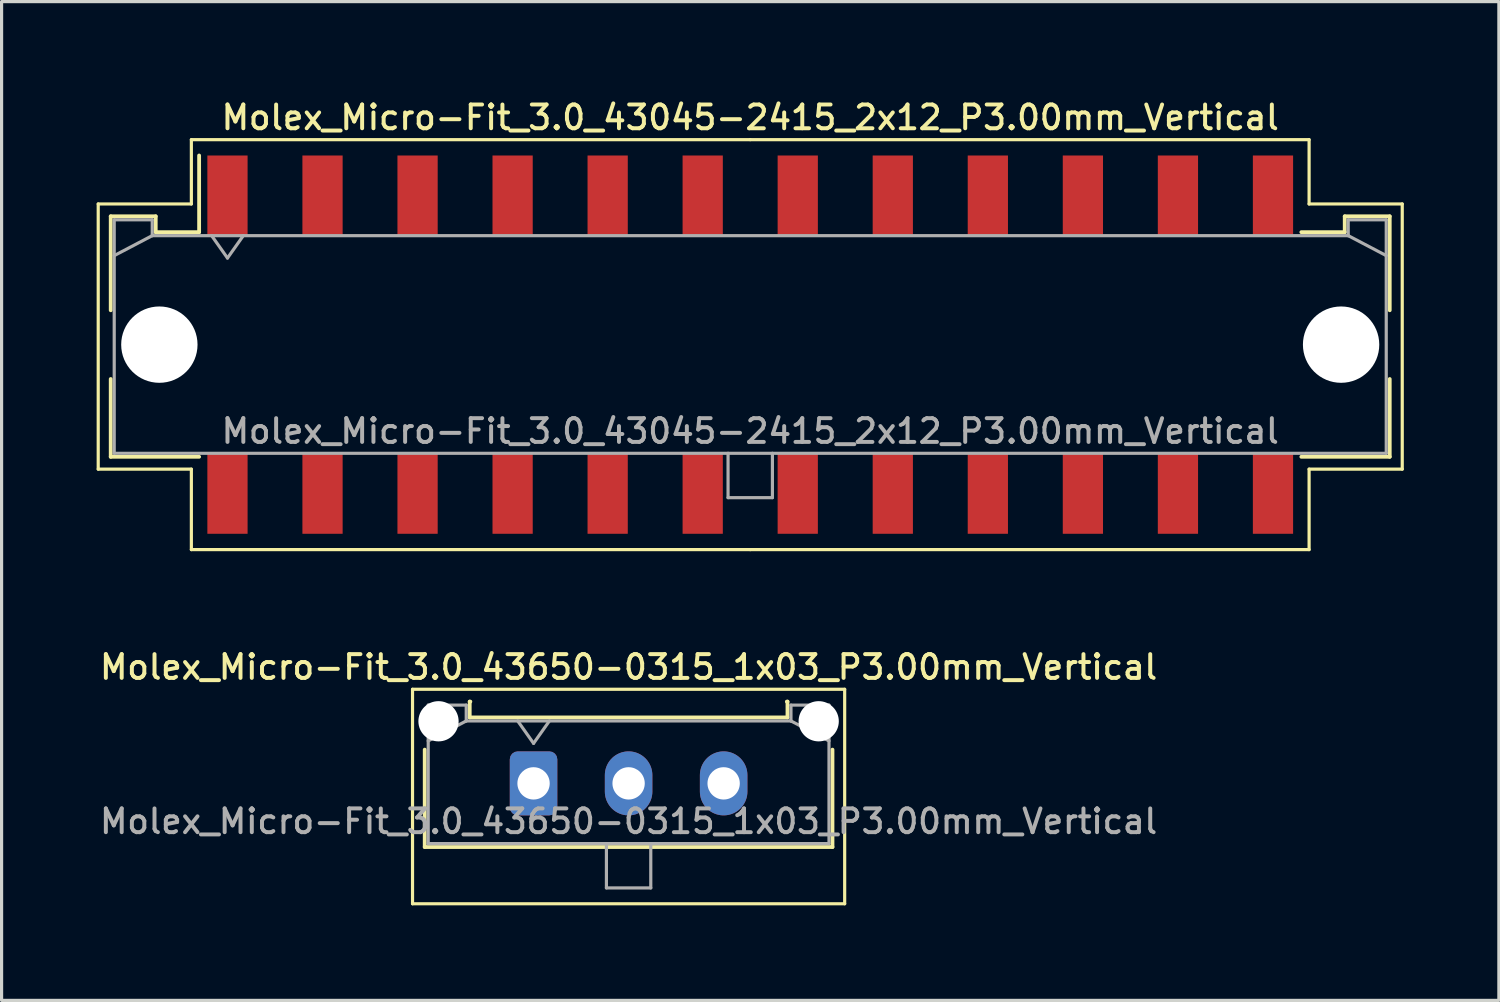
<source format=kicad_pcb>
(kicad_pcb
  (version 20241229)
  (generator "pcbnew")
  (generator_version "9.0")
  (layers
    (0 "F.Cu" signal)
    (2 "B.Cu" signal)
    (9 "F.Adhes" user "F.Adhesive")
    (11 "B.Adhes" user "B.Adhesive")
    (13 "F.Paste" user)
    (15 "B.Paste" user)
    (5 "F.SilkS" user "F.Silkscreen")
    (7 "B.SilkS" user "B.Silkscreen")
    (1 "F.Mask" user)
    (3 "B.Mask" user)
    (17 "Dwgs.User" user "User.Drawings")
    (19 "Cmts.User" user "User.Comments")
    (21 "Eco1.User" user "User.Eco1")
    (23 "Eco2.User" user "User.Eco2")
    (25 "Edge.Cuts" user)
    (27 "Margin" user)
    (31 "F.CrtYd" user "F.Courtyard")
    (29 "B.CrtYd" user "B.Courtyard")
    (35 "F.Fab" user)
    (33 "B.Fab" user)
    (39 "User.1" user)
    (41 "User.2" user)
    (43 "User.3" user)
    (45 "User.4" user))
  (footprint "Molex_Micro-Fit_3.0_43650-0315_1x03_P3.00mm_Vertical"
    (layer "F.Cu")
    (at 13.791 21.676)
    (property "Reference" "Molex_Micro-Fit_3.0_43650-0315_1x03_P3.00mm_Vertical" (at 3 -3.67 0) (layer "F.SilkS") (effects (font (size 0.75 0.75) (thickness 0.125))))
    (attr through_hole)
    (fp_line (start -3.82 -2.97) (end 9.82 -2.97) (stroke (width 0.1) (type solid)) (layer "F.SilkS"))
    (fp_line (start -3.82 3.8) (end -3.82 -2.97) (stroke (width 0.1) (type solid)) (layer "F.SilkS"))
    (fp_line (start -3.435 -1.065) (end -3.435 2.01) (stroke (width 0.12) (type solid)) (layer "F.SilkS"))
    (fp_line (start -3.435 2.01) (end 9.435 2.01) (stroke (width 0.12) (type solid)) (layer "F.SilkS"))
    (fp_line (start -2.015 -2.58) (end -2.015 -2.08) (stroke (width 0.12) (type solid)) (layer "F.SilkS"))
    (fp_line (start -2.015 -2.08) (end 8.015 -2.08) (stroke (width 0.12) (type solid)) (layer "F.SilkS"))
    (fp_line (start -1.995 -2.58) (end -2.015 -2.58) (stroke (width 0.12) (type solid)) (layer "F.SilkS"))
    (fp_line (start 8.015 -2.58) (end 7.995 -2.58) (stroke (width 0.12) (type solid)) (layer "F.SilkS"))
    (fp_line (start 8.015 -2.08) (end 8.015 -2.58) (stroke (width 0.12) (type solid)) (layer "F.SilkS"))
    (fp_line (start 9.435 2.01) (end 9.435 -1.065) (stroke (width 0.12) (type solid)) (layer "F.SilkS"))
    (fp_line (start 9.82 -2.97) (end 9.82 3.8) (stroke (width 0.1) (type solid)) (layer "F.SilkS"))
    (fp_line (start 9.82 3.8) (end -3.82 3.8) (stroke (width 0.1) (type solid)) (layer "F.SilkS"))
    (fp_line (start -3.325 -2.47) (end -3.325 1.9) (stroke (width 0.1) (type solid)) (layer "F.Fab"))
    (fp_line (start -3.325 -1.34) (end -2.125 -1.97) (stroke (width 0.1) (type solid)) (layer "F.Fab"))
    (fp_line (start -3.325 1.9) (end 9.325 1.9) (stroke (width 0.1) (type solid)) (layer "F.Fab"))
    (fp_line (start -2.125 -2.47) (end -3.325 -2.47) (stroke (width 0.1) (type solid)) (layer "F.Fab"))
    (fp_line (start -2.125 -1.97) (end -2.125 -2.47) (stroke (width 0.1) (type solid)) (layer "F.Fab"))
    (fp_line (start -0.5 -1.97) (end 0 -1.263) (stroke (width 0.1) (type solid)) (layer "F.Fab"))
    (fp_line (start 0 -1.263) (end 0.5 -1.97) (stroke (width 0.1) (type solid)) (layer "F.Fab"))
    (fp_line (start 2.3 1.9) (end 2.3 3.3) (stroke (width 0.1) (type solid)) (layer "F.Fab"))
    (fp_line (start 2.3 3.3) (end 3.7 3.3) (stroke (width 0.1) (type solid)) (layer "F.Fab"))
    (fp_line (start 3.7 3.3) (end 3.7 1.9) (stroke (width 0.1) (type solid)) (layer "F.Fab"))
    (fp_line (start 8.125 -2.47) (end 8.125 -1.97) (stroke (width 0.1) (type solid)) (layer "F.Fab"))
    (fp_line (start 8.125 -1.97) (end -2.125 -1.97) (stroke (width 0.1) (type solid)) (layer "F.Fab"))
    (fp_line (start 9.325 -2.47) (end 8.125 -2.47) (stroke (width 0.1) (type solid)) (layer "F.Fab"))
    (fp_line (start 9.325 -1.34) (end 8.125 -1.97) (stroke (width 0.1) (type solid)) (layer "F.Fab"))
    (fp_line (start 9.325 1.9) (end 9.325 -2.47) (stroke (width 0.1) (type solid)) (layer "F.Fab"))
    (fp_text user "${REFERENCE}" (at 3 1.2 0) (layer "F.Fab") (effects (font (size 0.75 0.75) (thickness 0.125))))
    (pad "" np_thru_hole circle (at -3 -1.96) (size 1.27 1.27) (drill 1.27) (layers "*.Cu" "*.Mask"))
    (pad "" np_thru_hole circle (at 9 -1.96) (size 1.27 1.27) (drill 1.27) (layers "*.Cu" "*.Mask"))
    (pad "1" thru_hole roundrect (at 0 0) (size 1.5 2.02) (drill 1.02) (layers "*.Cu" "*.Mask") (roundrect_rratio 0.167))
    (pad "2" thru_hole oval (at 3 0) (size 1.5 2.02) (drill 1.02) (layers "*.Cu" "*.Mask"))
    (pad "3" thru_hole oval (at 6 0) (size 1.5 2.02) (drill 1.02) (layers "*.Cu" "*.Mask")))
  (footprint "Molex_Micro-Fit_3.0_43045-2415_2x12_P3.00mm_Vertical"
    (layer "F.Cu")
    (at 20.63 7.828)
    (property "Reference" "Molex_Micro-Fit_3.0_43045-2415_2x12_P3.00mm_Vertical" (at 0 -7.17 0) (layer "F.SilkS") (effects (font (size 0.75 0.75) (thickness 0.125))))
    (attr smd)
    (fp_line (start -20.58 -4.44) (end -20.58 3.93) (stroke (width 0.1) (type solid)) (layer "F.SilkS"))
    (fp_line (start -20.58 3.93) (end -17.64 3.93) (stroke (width 0.1) (type solid)) (layer "F.SilkS"))
    (fp_line (start -20.185 -4.05) (end -18.765 -4.05) (stroke (width 0.12) (type solid)) (layer "F.SilkS"))
    (fp_line (start -20.185 -1.085) (end -20.185 -4.05) (stroke (width 0.12) (type solid)) (layer "F.SilkS"))
    (fp_line (start -20.185 1.085) (end -20.185 3.54) (stroke (width 0.12) (type solid)) (layer "F.SilkS"))
    (fp_line (start -20.185 3.54) (end -17.395 3.54) (stroke (width 0.12) (type solid)) (layer "F.SilkS"))
    (fp_line (start -18.765 -4.05) (end -18.765 -3.55) (stroke (width 0.12) (type solid)) (layer "F.SilkS"))
    (fp_line (start -18.765 -3.55) (end -17.395 -3.55) (stroke (width 0.12) (type solid)) (layer "F.SilkS"))
    (fp_line (start -17.64 -6.47) (end -17.64 -4.44) (stroke (width 0.1) (type solid)) (layer "F.SilkS"))
    (fp_line (start -17.64 -4.44) (end -20.58 -4.44) (stroke (width 0.1) (type solid)) (layer "F.SilkS"))
    (fp_line (start -17.64 3.93) (end -17.64 6.47) (stroke (width 0.1) (type solid)) (layer "F.SilkS"))
    (fp_line (start -17.64 6.47) (end 0 6.47) (stroke (width 0.1) (type solid)) (layer "F.SilkS"))
    (fp_line (start -17.395 -3.55) (end -17.395 -5.97) (stroke (width 0.12) (type solid)) (layer "F.SilkS"))
    (fp_line (start 0 -6.47) (end -17.64 -6.47) (stroke (width 0.1) (type solid)) (layer "F.SilkS"))
    (fp_line (start 0 -6.47) (end 17.64 -6.47) (stroke (width 0.1) (type solid)) (layer "F.SilkS"))
    (fp_line (start 17.64 -6.47) (end 17.64 -4.44) (stroke (width 0.1) (type solid)) (layer "F.SilkS"))
    (fp_line (start 17.64 -4.44) (end 20.58 -4.44) (stroke (width 0.1) (type solid)) (layer "F.SilkS"))
    (fp_line (start 17.64 3.93) (end 17.64 6.47) (stroke (width 0.1) (type solid)) (layer "F.SilkS"))
    (fp_line (start 17.64 6.47) (end 0 6.47) (stroke (width 0.1) (type solid)) (layer "F.SilkS"))
    (fp_line (start 18.765 -4.05) (end 18.765 -3.55) (stroke (width 0.12) (type solid)) (layer "F.SilkS"))
    (fp_line (start 18.765 -3.55) (end 17.395 -3.55) (stroke (width 0.12) (type solid)) (layer "F.SilkS"))
    (fp_line (start 20.185 -4.05) (end 18.765 -4.05) (stroke (width 0.12) (type solid)) (layer "F.SilkS"))
    (fp_line (start 20.185 -1.085) (end 20.185 -4.05) (stroke (width 0.12) (type solid)) (layer "F.SilkS"))
    (fp_line (start 20.185 1.085) (end 20.185 3.54) (stroke (width 0.12) (type solid)) (layer "F.SilkS"))
    (fp_line (start 20.185 3.54) (end 17.395 3.54) (stroke (width 0.12) (type solid)) (layer "F.SilkS"))
    (fp_line (start 20.58 -4.44) (end 20.58 3.93) (stroke (width 0.1) (type solid)) (layer "F.SilkS"))
    (fp_line (start 20.58 3.93) (end 17.64 3.93) (stroke (width 0.1) (type solid)) (layer "F.SilkS"))
    (fp_line (start -20.075 -3.94) (end -20.075 3.43) (stroke (width 0.1) (type solid)) (layer "F.Fab"))
    (fp_line (start -20.075 -2.81) (end -18.875 -3.44) (stroke (width 0.1) (type solid)) (layer "F.Fab"))
    (fp_line (start -20.075 3.43) (end 20.075 3.43) (stroke (width 0.1) (type solid)) (layer "F.Fab"))
    (fp_line (start -18.875 -3.94) (end -20.075 -3.94) (stroke (width 0.1) (type solid)) (layer "F.Fab"))
    (fp_line (start -18.875 -3.44) (end -18.875 -3.94) (stroke (width 0.1) (type solid)) (layer "F.Fab"))
    (fp_line (start -17 -3.44) (end -16.5 -2.733) (stroke (width 0.1) (type solid)) (layer "F.Fab"))
    (fp_line (start -16.5 -2.733) (end -16 -3.44) (stroke (width 0.1) (type solid)) (layer "F.Fab"))
    (fp_line (start -0.7 3.43) (end -0.7 4.83) (stroke (width 0.1) (type solid)) (layer "F.Fab"))
    (fp_line (start -0.7 4.83) (end 0.7 4.83) (stroke (width 0.1) (type solid)) (layer "F.Fab"))
    (fp_line (start 0.7 4.83) (end 0.7 3.43) (stroke (width 0.1) (type solid)) (layer "F.Fab"))
    (fp_line (start 18.875 -3.94) (end 18.875 -3.44) (stroke (width 0.1) (type solid)) (layer "F.Fab"))
    (fp_line (start 18.875 -3.44) (end -18.875 -3.44) (stroke (width 0.1) (type solid)) (layer "F.Fab"))
    (fp_line (start 20.075 -3.94) (end 18.875 -3.94) (stroke (width 0.1) (type solid)) (layer "F.Fab"))
    (fp_line (start 20.075 -2.81) (end 18.875 -3.44) (stroke (width 0.1) (type solid)) (layer "F.Fab"))
    (fp_line (start 20.075 3.43) (end 20.075 -3.94) (stroke (width 0.1) (type solid)) (layer "F.Fab"))
    (fp_text user "${REFERENCE}" (at 0 2.73 0) (layer "F.Fab") (effects (font (size 0.75 0.75) (thickness 0.125))))
    (pad "" np_thru_hole circle (at -18.65 0) (size 2.41 2.41) (drill 2.41) (layers "*.Cu" "*.Mask"))
    (pad "" np_thru_hole circle (at 18.65 0) (size 2.41 2.41) (drill 2.41) (layers "*.Cu" "*.Mask"))
    (pad "1" smd rect (at -16.5 -4.7) (size 1.27 2.54) (layers "F.Cu" "F.Mask" "F.Paste"))
    (pad "2" smd rect (at -13.5 -4.7) (size 1.27 2.54) (layers "F.Cu" "F.Mask" "F.Paste"))
    (pad "3" smd rect (at -10.5 -4.7) (size 1.27 2.54) (layers "F.Cu" "F.Mask" "F.Paste"))
    (pad "4" smd rect (at -7.5 -4.7) (size 1.27 2.54) (layers "F.Cu" "F.Mask" "F.Paste"))
    (pad "5" smd rect (at -4.5 -4.7) (size 1.27 2.54) (layers "F.Cu" "F.Mask" "F.Paste"))
    (pad "6" smd rect (at -1.5 -4.7) (size 1.27 2.54) (layers "F.Cu" "F.Mask" "F.Paste"))
    (pad "7" smd rect (at 1.5 -4.7) (size 1.27 2.54) (layers "F.Cu" "F.Mask" "F.Paste"))
    (pad "8" smd rect (at 4.5 -4.7) (size 1.27 2.54) (layers "F.Cu" "F.Mask" "F.Paste"))
    (pad "9" smd rect (at 7.5 -4.7) (size 1.27 2.54) (layers "F.Cu" "F.Mask" "F.Paste"))
    (pad "10" smd rect (at 10.5 -4.7) (size 1.27 2.54) (layers "F.Cu" "F.Mask" "F.Paste"))
    (pad "11" smd rect (at 13.5 -4.7) (size 1.27 2.54) (layers "F.Cu" "F.Mask" "F.Paste"))
    (pad "12" smd rect (at 16.5 -4.7) (size 1.27 2.54) (layers "F.Cu" "F.Mask" "F.Paste"))
    (pad "13" smd rect (at -16.5 4.7) (size 1.27 2.54) (layers "F.Cu" "F.Mask" "F.Paste"))
    (pad "14" smd rect (at -13.5 4.7) (size 1.27 2.54) (layers "F.Cu" "F.Mask" "F.Paste"))
    (pad "15" smd rect (at -10.5 4.7) (size 1.27 2.54) (layers "F.Cu" "F.Mask" "F.Paste"))
    (pad "16" smd rect (at -7.5 4.7) (size 1.27 2.54) (layers "F.Cu" "F.Mask" "F.Paste"))
    (pad "17" smd rect (at -4.5 4.7) (size 1.27 2.54) (layers "F.Cu" "F.Mask" "F.Paste"))
    (pad "18" smd rect (at -1.5 4.7) (size 1.27 2.54) (layers "F.Cu" "F.Mask" "F.Paste"))
    (pad "19" smd rect (at 1.5 4.7) (size 1.27 2.54) (layers "F.Cu" "F.Mask" "F.Paste"))
    (pad "20" smd rect (at 4.5 4.7) (size 1.27 2.54) (layers "F.Cu" "F.Mask" "F.Paste"))
    (pad "21" smd rect (at 7.5 4.7) (size 1.27 2.54) (layers "F.Cu" "F.Mask" "F.Paste"))
    (pad "22" smd rect (at 10.5 4.7) (size 1.27 2.54) (layers "F.Cu" "F.Mask" "F.Paste"))
    (pad "23" smd rect (at 13.5 4.7) (size 1.27 2.54) (layers "F.Cu" "F.Mask" "F.Paste"))
    (pad "24" smd rect (at 16.5 4.7) (size 1.27 2.54) (layers "F.Cu" "F.Mask" "F.Paste")))
  (gr_rect
    (start -3 -3)
    (end 44.26 28.526)
    (stroke (width 0.1) (type default))
    (fill no)
    (layer "Edge.Cuts")))
</source>
